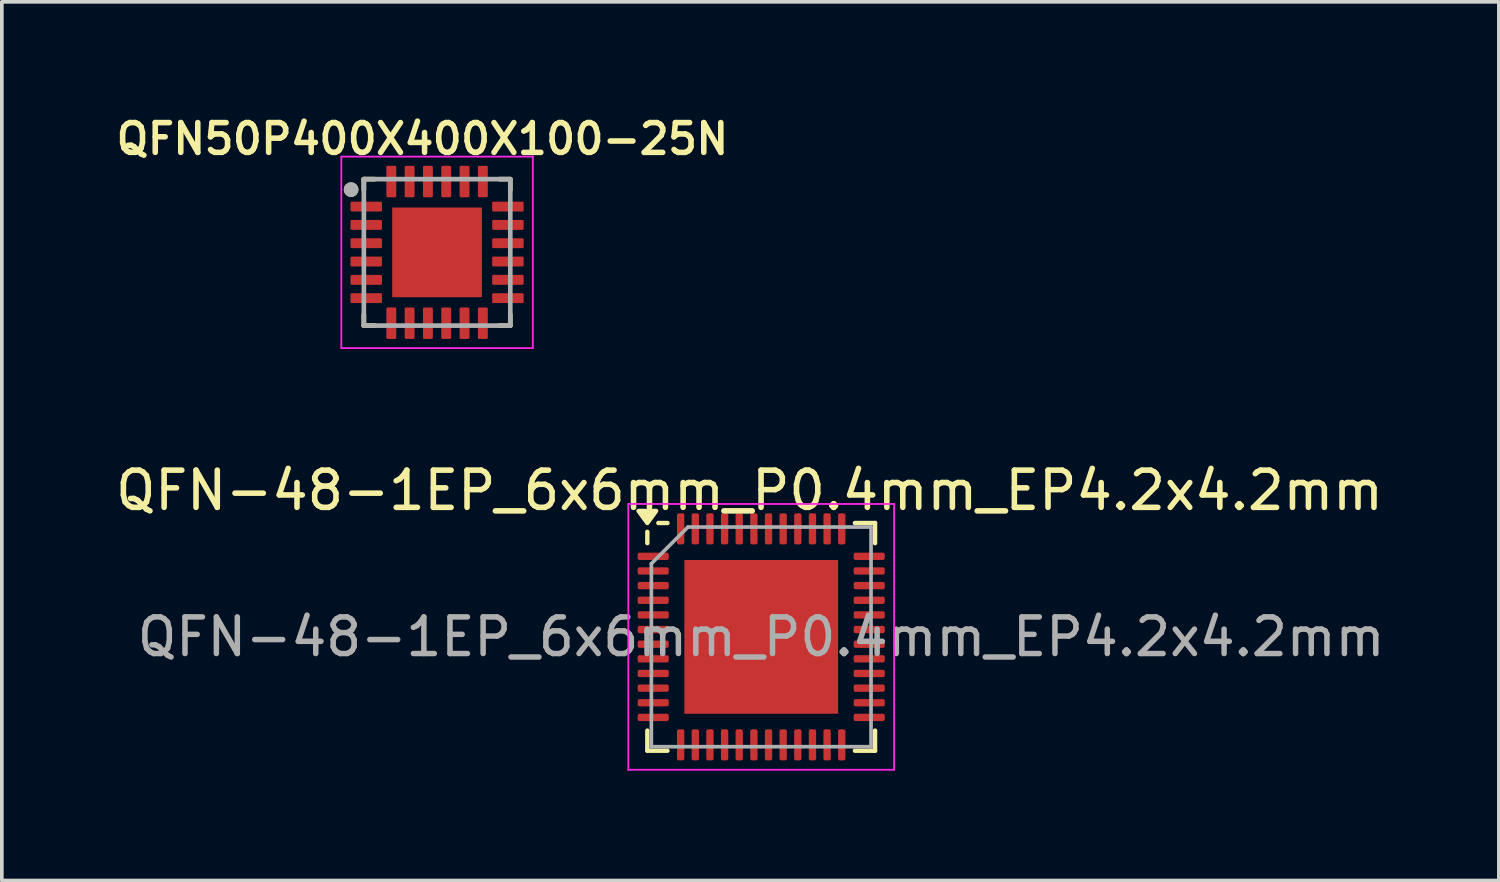
<source format=kicad_pcb>
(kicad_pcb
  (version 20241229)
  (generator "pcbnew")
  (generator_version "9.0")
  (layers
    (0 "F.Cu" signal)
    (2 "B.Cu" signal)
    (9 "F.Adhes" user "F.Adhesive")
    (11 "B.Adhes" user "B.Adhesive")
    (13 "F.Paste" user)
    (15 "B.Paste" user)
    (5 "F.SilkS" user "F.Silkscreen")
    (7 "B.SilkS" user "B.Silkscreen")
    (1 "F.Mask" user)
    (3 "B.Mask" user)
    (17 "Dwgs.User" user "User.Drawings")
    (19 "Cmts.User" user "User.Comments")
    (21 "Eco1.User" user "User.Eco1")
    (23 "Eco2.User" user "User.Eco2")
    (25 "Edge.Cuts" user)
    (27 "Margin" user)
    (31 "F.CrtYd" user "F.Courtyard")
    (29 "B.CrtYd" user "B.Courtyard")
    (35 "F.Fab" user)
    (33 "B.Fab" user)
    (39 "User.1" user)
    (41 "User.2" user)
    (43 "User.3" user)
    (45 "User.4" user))
  (footprint "QFN-48-1EP_6x6mm_P0.4mm_EP4.2x4.2mm"
    (layer "F.Cu")
    (at 17.741 14.345)
    (property "Reference" "QFN-48-1EP_6x6mm_P0.4mm_EP4.2x4.2mm" (at -0.318 -4 180) (layer "F.SilkS") (effects (font (size 1.016 1.016) (thickness 0.152))))
    (attr smd)
    (fp_line (start -3.11 -2.56) (end -3.11 -2.87) (stroke (width 0.12) (type solid)) (layer "F.SilkS"))
    (fp_line (start -3.11 3.11) (end -3.11 2.56) (stroke (width 0.12) (type solid)) (layer "F.SilkS"))
    (fp_line (start -2.56 -3.11) (end -2.81 -3.11) (stroke (width 0.12) (type solid)) (layer "F.SilkS"))
    (fp_line (start -2.56 3.11) (end -3.11 3.11) (stroke (width 0.12) (type solid)) (layer "F.SilkS"))
    (fp_line (start 2.56 -3.11) (end 3.11 -3.11) (stroke (width 0.12) (type solid)) (layer "F.SilkS"))
    (fp_line (start 2.56 3.11) (end 3.11 3.11) (stroke (width 0.12) (type solid)) (layer "F.SilkS"))
    (fp_line (start 3.11 -3.11) (end 3.11 -2.56) (stroke (width 0.12) (type solid)) (layer "F.SilkS"))
    (fp_line (start 3.11 3.11) (end 3.11 2.56) (stroke (width 0.12) (type solid)) (layer "F.SilkS"))
    (fp_poly (pts (xy -3.11 -3.11) (xy -3.35 -3.44) (xy -2.87 -3.44) (xy -3.11 -3.11)) (stroke (width 0.12) (type solid)) (fill yes) (layer "F.SilkS"))
    (fp_line (start -3.63 -3.63) (end -3.63 3.63) (stroke (width 0.05) (type solid)) (layer "F.CrtYd"))
    (fp_line (start -3.63 3.63) (end 3.63 3.63) (stroke (width 0.05) (type solid)) (layer "F.CrtYd"))
    (fp_line (start 3.63 -3.63) (end -3.63 -3.63) (stroke (width 0.05) (type solid)) (layer "F.CrtYd"))
    (fp_line (start 3.63 3.63) (end 3.63 -3.63) (stroke (width 0.05) (type solid)) (layer "F.CrtYd"))
    (fp_line (start -3 -2) (end -2 -3) (stroke (width 0.1) (type solid)) (layer "F.Fab"))
    (fp_line (start -3 3) (end -3 -2) (stroke (width 0.1) (type solid)) (layer "F.Fab"))
    (fp_line (start -2 -3) (end 3 -3) (stroke (width 0.1) (type solid)) (layer "F.Fab"))
    (fp_line (start 3 -3) (end 3 3) (stroke (width 0.1) (type solid)) (layer "F.Fab"))
    (fp_line (start 3 3) (end -3 3) (stroke (width 0.1) (type solid)) (layer "F.Fab"))
    (fp_text user "${REFERENCE}" (at 0 0 180) (layer "F.Fab") (effects (font (size 1 1) (thickness 0.15))))
    (pad "" smd roundrect (at -1.4 -1.4) (size 1.13 1.13) (layers "F.Paste") (roundrect_rratio 0.221))
    (pad "" smd roundrect (at -1.4 0) (size 1.13 1.13) (layers "F.Paste") (roundrect_rratio 0.221))
    (pad "" smd roundrect (at -1.4 1.4) (size 1.13 1.13) (layers "F.Paste") (roundrect_rratio 0.221))
    (pad "" smd roundrect (at 0 -1.4) (size 1.13 1.13) (layers "F.Paste") (roundrect_rratio 0.221))
    (pad "" smd roundrect (at 0 0) (size 1.13 1.13) (layers "F.Paste") (roundrect_rratio 0.221))
    (pad "" smd roundrect (at 0 1.4) (size 1.13 1.13) (layers "F.Paste") (roundrect_rratio 0.221))
    (pad "" smd roundrect (at 1.4 -1.4) (size 1.13 1.13) (layers "F.Paste") (roundrect_rratio 0.221))
    (pad "" smd roundrect (at 1.4 0) (size 1.13 1.13) (layers "F.Paste") (roundrect_rratio 0.221))
    (pad "" smd roundrect (at 1.4 1.4) (size 1.13 1.13) (layers "F.Paste") (roundrect_rratio 0.221))
    (pad "1" smd roundrect (at -2.95 -2.2) (size 0.85 0.2) (layers "F.Cu" "F.Mask" "F.Paste") (roundrect_rratio 0.25))
    (pad "2" smd roundrect (at -2.95 -1.8) (size 0.85 0.2) (layers "F.Cu" "F.Mask" "F.Paste") (roundrect_rratio 0.25))
    (pad "3" smd roundrect (at -2.95 -1.4) (size 0.85 0.2) (layers "F.Cu" "F.Mask" "F.Paste") (roundrect_rratio 0.25))
    (pad "4" smd roundrect (at -2.95 -1) (size 0.85 0.2) (layers "F.Cu" "F.Mask" "F.Paste") (roundrect_rratio 0.25))
    (pad "5" smd roundrect (at -2.95 -0.6) (size 0.85 0.2) (layers "F.Cu" "F.Mask" "F.Paste") (roundrect_rratio 0.25))
    (pad "6" smd roundrect (at -2.95 -0.2) (size 0.85 0.2) (layers "F.Cu" "F.Mask" "F.Paste") (roundrect_rratio 0.25))
    (pad "7" smd roundrect (at -2.95 0.2) (size 0.85 0.2) (layers "F.Cu" "F.Mask" "F.Paste") (roundrect_rratio 0.25))
    (pad "8" smd roundrect (at -2.95 0.6) (size 0.85 0.2) (layers "F.Cu" "F.Mask" "F.Paste") (roundrect_rratio 0.25))
    (pad "9" smd roundrect (at -2.95 1) (size 0.85 0.2) (layers "F.Cu" "F.Mask" "F.Paste") (roundrect_rratio 0.25))
    (pad "10" smd roundrect (at -2.95 1.4) (size 0.85 0.2) (layers "F.Cu" "F.Mask" "F.Paste") (roundrect_rratio 0.25))
    (pad "11" smd roundrect (at -2.95 1.8) (size 0.85 0.2) (layers "F.Cu" "F.Mask" "F.Paste") (roundrect_rratio 0.25))
    (pad "12" smd roundrect (at -2.95 2.2) (size 0.85 0.2) (layers "F.Cu" "F.Mask" "F.Paste") (roundrect_rratio 0.25))
    (pad "13" smd roundrect (at -2.2 2.95) (size 0.2 0.85) (layers "F.Cu" "F.Mask" "F.Paste") (roundrect_rratio 0.25))
    (pad "14" smd roundrect (at -1.8 2.95) (size 0.2 0.85) (layers "F.Cu" "F.Mask" "F.Paste") (roundrect_rratio 0.25))
    (pad "15" smd roundrect (at -1.4 2.95) (size 0.2 0.85) (layers "F.Cu" "F.Mask" "F.Paste") (roundrect_rratio 0.25))
    (pad "16" smd roundrect (at -1 2.95) (size 0.2 0.85) (layers "F.Cu" "F.Mask" "F.Paste") (roundrect_rratio 0.25))
    (pad "17" smd roundrect (at -0.6 2.95) (size 0.2 0.85) (layers "F.Cu" "F.Mask" "F.Paste") (roundrect_rratio 0.25))
    (pad "18" smd roundrect (at -0.2 2.95) (size 0.2 0.85) (layers "F.Cu" "F.Mask" "F.Paste") (roundrect_rratio 0.25))
    (pad "19" smd roundrect (at 0.2 2.95) (size 0.2 0.85) (layers "F.Cu" "F.Mask" "F.Paste") (roundrect_rratio 0.25))
    (pad "20" smd roundrect (at 0.6 2.95) (size 0.2 0.85) (layers "F.Cu" "F.Mask" "F.Paste") (roundrect_rratio 0.25))
    (pad "21" smd roundrect (at 1 2.95) (size 0.2 0.85) (layers "F.Cu" "F.Mask" "F.Paste") (roundrect_rratio 0.25))
    (pad "22" smd roundrect (at 1.4 2.95) (size 0.2 0.85) (layers "F.Cu" "F.Mask" "F.Paste") (roundrect_rratio 0.25))
    (pad "23" smd roundrect (at 1.8 2.95) (size 0.2 0.85) (layers "F.Cu" "F.Mask" "F.Paste") (roundrect_rratio 0.25))
    (pad "24" smd roundrect (at 2.2 2.95) (size 0.2 0.85) (layers "F.Cu" "F.Mask" "F.Paste") (roundrect_rratio 0.25))
    (pad "25" smd roundrect (at 2.95 2.2) (size 0.85 0.2) (layers "F.Cu" "F.Mask" "F.Paste") (roundrect_rratio 0.25))
    (pad "26" smd roundrect (at 2.95 1.8) (size 0.85 0.2) (layers "F.Cu" "F.Mask" "F.Paste") (roundrect_rratio 0.25))
    (pad "27" smd roundrect (at 2.95 1.4) (size 0.85 0.2) (layers "F.Cu" "F.Mask" "F.Paste") (roundrect_rratio 0.25))
    (pad "28" smd roundrect (at 2.95 1) (size 0.85 0.2) (layers "F.Cu" "F.Mask" "F.Paste") (roundrect_rratio 0.25))
    (pad "29" smd roundrect (at 2.95 0.6) (size 0.85 0.2) (layers "F.Cu" "F.Mask" "F.Paste") (roundrect_rratio 0.25))
    (pad "30" smd roundrect (at 2.95 0.2) (size 0.85 0.2) (layers "F.Cu" "F.Mask" "F.Paste") (roundrect_rratio 0.25))
    (pad "31" smd roundrect (at 2.95 -0.2) (size 0.85 0.2) (layers "F.Cu" "F.Mask" "F.Paste") (roundrect_rratio 0.25))
    (pad "32" smd roundrect (at 2.95 -0.6) (size 0.85 0.2) (layers "F.Cu" "F.Mask" "F.Paste") (roundrect_rratio 0.25))
    (pad "33" smd roundrect (at 2.95 -1) (size 0.85 0.2) (layers "F.Cu" "F.Mask" "F.Paste") (roundrect_rratio 0.25))
    (pad "34" smd roundrect (at 2.95 -1.4) (size 0.85 0.2) (layers "F.Cu" "F.Mask" "F.Paste") (roundrect_rratio 0.25))
    (pad "35" smd roundrect (at 2.95 -1.8) (size 0.85 0.2) (layers "F.Cu" "F.Mask" "F.Paste") (roundrect_rratio 0.25))
    (pad "36" smd roundrect (at 2.95 -2.2) (size 0.85 0.2) (layers "F.Cu" "F.Mask" "F.Paste") (roundrect_rratio 0.25))
    (pad "37" smd roundrect (at 2.2 -2.95) (size 0.2 0.85) (layers "F.Cu" "F.Mask" "F.Paste") (roundrect_rratio 0.25))
    (pad "38" smd roundrect (at 1.8 -2.95) (size 0.2 0.85) (layers "F.Cu" "F.Mask" "F.Paste") (roundrect_rratio 0.25))
    (pad "39" smd roundrect (at 1.4 -2.95) (size 0.2 0.85) (layers "F.Cu" "F.Mask" "F.Paste") (roundrect_rratio 0.25))
    (pad "40" smd roundrect (at 1 -2.95) (size 0.2 0.85) (layers "F.Cu" "F.Mask" "F.Paste") (roundrect_rratio 0.25))
    (pad "41" smd roundrect (at 0.6 -2.95) (size 0.2 0.85) (layers "F.Cu" "F.Mask" "F.Paste") (roundrect_rratio 0.25))
    (pad "42" smd roundrect (at 0.2 -2.95) (size 0.2 0.85) (layers "F.Cu" "F.Mask" "F.Paste") (roundrect_rratio 0.25))
    (pad "43" smd roundrect (at -0.2 -2.95) (size 0.2 0.85) (layers "F.Cu" "F.Mask" "F.Paste") (roundrect_rratio 0.25))
    (pad "44" smd roundrect (at -0.6 -2.95) (size 0.2 0.85) (layers "F.Cu" "F.Mask" "F.Paste") (roundrect_rratio 0.25))
    (pad "45" smd roundrect (at -1 -2.95) (size 0.2 0.85) (layers "F.Cu" "F.Mask" "F.Paste") (roundrect_rratio 0.25))
    (pad "46" smd roundrect (at -1.4 -2.95) (size 0.2 0.85) (layers "F.Cu" "F.Mask" "F.Paste") (roundrect_rratio 0.25))
    (pad "47" smd roundrect (at -1.8 -2.95) (size 0.2 0.85) (layers "F.Cu" "F.Mask" "F.Paste") (roundrect_rratio 0.25))
    (pad "48" smd roundrect (at -2.2 -2.95) (size 0.2 0.85) (layers "F.Cu" "F.Mask" "F.Paste") (roundrect_rratio 0.25))
    (pad "49" smd rect (at 0 0) (size 4.2 4.2) (property pad_prop_heatsink) (layers "F.Cu" "F.Mask")))
  (footprint "QFN50P400X400X100-25N"
    (layer "F.Cu")
    (at 8.888 3.843)
    (property "Reference" "QFN50P400X400X100-25N" (at -0.4 -3.1 0) (layer "F.SilkS") (effects (font (size 0.813 0.813) (thickness 0.152) (bold yes))))
    (attr smd)
    (fp_line (start -2 -2) (end -2 -1.705) (stroke (width 0.127) (type solid)) (layer "F.SilkS"))
    (fp_line (start -2 -2) (end -1.705 -2) (stroke (width 0.127) (type solid)) (layer "F.SilkS"))
    (fp_line (start -2 2) (end -2 1.705) (stroke (width 0.127) (type solid)) (layer "F.SilkS"))
    (fp_line (start -2 2) (end -1.705 2) (stroke (width 0.127) (type solid)) (layer "F.SilkS"))
    (fp_line (start 2 -2) (end 1.705 -2) (stroke (width 0.127) (type solid)) (layer "F.SilkS"))
    (fp_line (start 2 -2) (end 2 -1.705) (stroke (width 0.127) (type solid)) (layer "F.SilkS"))
    (fp_line (start 2 2) (end 1.705 2) (stroke (width 0.127) (type solid)) (layer "F.SilkS"))
    (fp_line (start 2 2) (end 2 1.705) (stroke (width 0.127) (type solid)) (layer "F.SilkS"))
    (fp_circle (center -2.349 -1.714) (end -2.249 -1.714) (stroke (width 0.2) (type solid)) (fill no) (layer "F.SilkS"))
    (fp_poly (pts (xy -0.775 -0.775) (xy 0.775 -0.775) (xy 0.775 0.775) (xy -0.775 0.775)) (stroke (width 0.01) (type solid)) (fill yes) (layer "F.Paste"))
    (fp_line (start -2.615 -2.615) (end 2.615 -2.615) (stroke (width 0.05) (type solid)) (layer "F.CrtYd"))
    (fp_line (start -2.615 2.615) (end -2.615 -2.615) (stroke (width 0.05) (type solid)) (layer "F.CrtYd"))
    (fp_line (start -2.615 2.615) (end 2.615 2.615) (stroke (width 0.05) (type solid)) (layer "F.CrtYd"))
    (fp_line (start 2.615 2.615) (end 2.615 -2.615) (stroke (width 0.05) (type solid)) (layer "F.CrtYd"))
    (fp_line (start -2 2) (end -2 -2) (stroke (width 0.127) (type solid)) (layer "F.Fab"))
    (fp_line (start 2 -2) (end -2 -2) (stroke (width 0.127) (type solid)) (layer "F.Fab"))
    (fp_line (start 2 2) (end -2 2) (stroke (width 0.127) (type solid)) (layer "F.Fab"))
    (fp_line (start 2 2) (end 2 -2) (stroke (width 0.127) (type solid)) (layer "F.Fab"))
    (fp_circle (center -2.349 -1.714) (end -2.249 -1.714) (stroke (width 0.2) (type solid)) (fill no) (layer "F.Fab"))
    (pad "1" smd roundrect (at -1.935 -1.25) (size 0.86 0.27) (layers "F.Cu" "F.Mask" "F.Paste") (roundrect_rratio 0.125))
    (pad "2" smd roundrect (at -1.935 -0.75) (size 0.86 0.27) (layers "F.Cu" "F.Mask" "F.Paste") (roundrect_rratio 0.125))
    (pad "3" smd roundrect (at -1.935 -0.25) (size 0.86 0.27) (layers "F.Cu" "F.Mask" "F.Paste") (roundrect_rratio 0.125))
    (pad "4" smd roundrect (at -1.935 0.25) (size 0.86 0.27) (layers "F.Cu" "F.Mask" "F.Paste") (roundrect_rratio 0.125))
    (pad "5" smd roundrect (at -1.935 0.75) (size 0.86 0.27) (layers "F.Cu" "F.Mask" "F.Paste") (roundrect_rratio 0.125))
    (pad "6" smd roundrect (at -1.935 1.25) (size 0.86 0.27) (layers "F.Cu" "F.Mask" "F.Paste") (roundrect_rratio 0.125))
    (pad "7" smd roundrect (at -1.25 1.935) (size 0.27 0.86) (layers "F.Cu" "F.Mask" "F.Paste") (roundrect_rratio 0.125))
    (pad "8" smd roundrect (at -0.75 1.935) (size 0.27 0.86) (layers "F.Cu" "F.Mask" "F.Paste") (roundrect_rratio 0.125))
    (pad "9" smd roundrect (at -0.25 1.935) (size 0.27 0.86) (layers "F.Cu" "F.Mask" "F.Paste") (roundrect_rratio 0.125))
    (pad "10" smd roundrect (at 0.25 1.935) (size 0.27 0.86) (layers "F.Cu" "F.Mask" "F.Paste") (roundrect_rratio 0.125))
    (pad "11" smd roundrect (at 0.75 1.935) (size 0.27 0.86) (layers "F.Cu" "F.Mask" "F.Paste") (roundrect_rratio 0.125))
    (pad "12" smd roundrect (at 1.25 1.935) (size 0.27 0.86) (layers "F.Cu" "F.Mask" "F.Paste") (roundrect_rratio 0.125))
    (pad "13" smd roundrect (at 1.935 1.25) (size 0.86 0.27) (layers "F.Cu" "F.Mask" "F.Paste") (roundrect_rratio 0.125))
    (pad "14" smd roundrect (at 1.935 0.75) (size 0.86 0.27) (layers "F.Cu" "F.Mask" "F.Paste") (roundrect_rratio 0.125))
    (pad "15" smd roundrect (at 1.935 0.25) (size 0.86 0.27) (layers "F.Cu" "F.Mask" "F.Paste") (roundrect_rratio 0.125))
    (pad "16" smd roundrect (at 1.935 -0.25) (size 0.86 0.27) (layers "F.Cu" "F.Mask" "F.Paste") (roundrect_rratio 0.125))
    (pad "17" smd roundrect (at 1.935 -0.75) (size 0.86 0.27) (layers "F.Cu" "F.Mask" "F.Paste") (roundrect_rratio 0.125))
    (pad "18" smd roundrect (at 1.935 -1.25) (size 0.86 0.27) (layers "F.Cu" "F.Mask" "F.Paste") (roundrect_rratio 0.125))
    (pad "19" smd roundrect (at 1.25 -1.935) (size 0.27 0.86) (layers "F.Cu" "F.Mask" "F.Paste") (roundrect_rratio 0.125))
    (pad "20" smd roundrect (at 0.75 -1.935) (size 0.27 0.86) (layers "F.Cu" "F.Mask" "F.Paste") (roundrect_rratio 0.125))
    (pad "21" smd roundrect (at 0.25 -1.935) (size 0.27 0.86) (layers "F.Cu" "F.Mask" "F.Paste") (roundrect_rratio 0.125))
    (pad "22" smd roundrect (at -0.25 -1.935) (size 0.27 0.86) (layers "F.Cu" "F.Mask" "F.Paste") (roundrect_rratio 0.125))
    (pad "23" smd roundrect (at -0.75 -1.935) (size 0.27 0.86) (layers "F.Cu" "F.Mask" "F.Paste") (roundrect_rratio 0.125))
    (pad "24" smd roundrect (at -1.25 -1.935) (size 0.27 0.86) (layers "F.Cu" "F.Mask" "F.Paste") (roundrect_rratio 0.125))
    (pad "25" smd rect (at 0 0) (size 2.45 2.45) (layers "F.Cu" "F.Mask")))
  (gr_rect
    (start -3 -3)
    (end 37.889 21)
    (stroke (width 0.1) (type default))
    (fill no)
    (layer "Edge.Cuts")))
</source>
